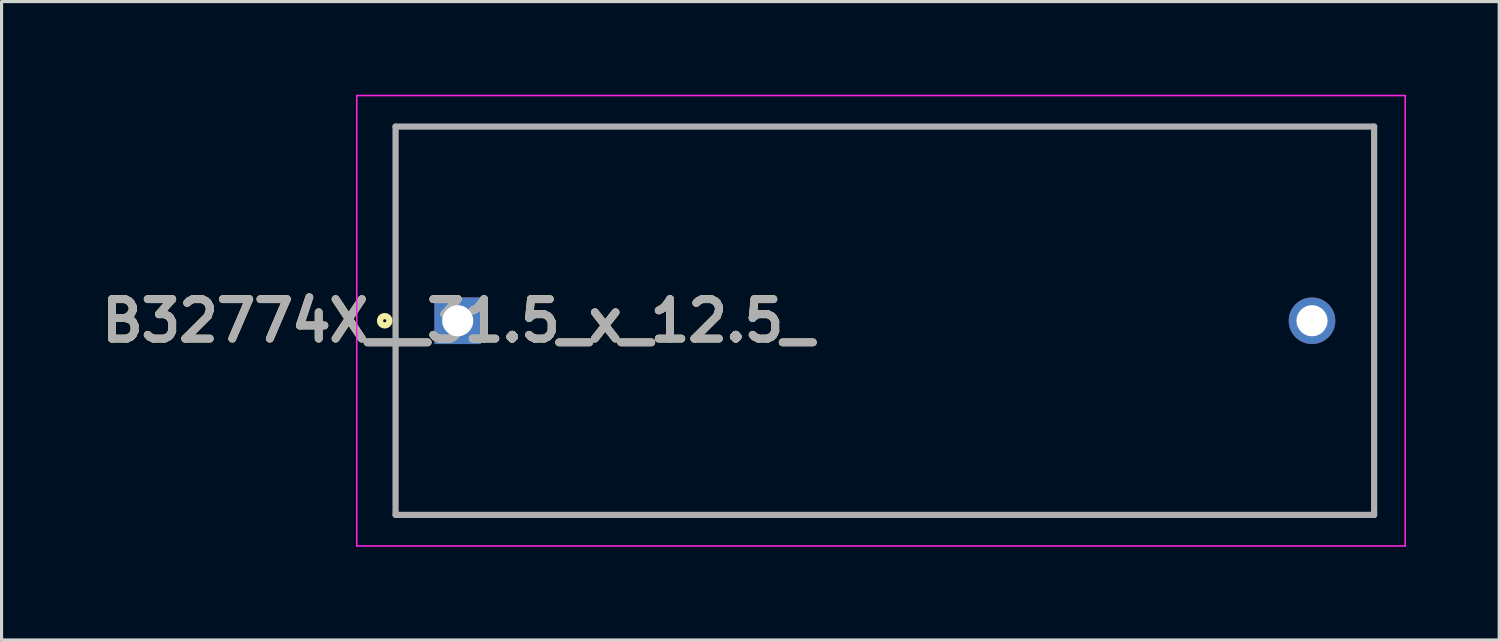
<source format=kicad_pcb>
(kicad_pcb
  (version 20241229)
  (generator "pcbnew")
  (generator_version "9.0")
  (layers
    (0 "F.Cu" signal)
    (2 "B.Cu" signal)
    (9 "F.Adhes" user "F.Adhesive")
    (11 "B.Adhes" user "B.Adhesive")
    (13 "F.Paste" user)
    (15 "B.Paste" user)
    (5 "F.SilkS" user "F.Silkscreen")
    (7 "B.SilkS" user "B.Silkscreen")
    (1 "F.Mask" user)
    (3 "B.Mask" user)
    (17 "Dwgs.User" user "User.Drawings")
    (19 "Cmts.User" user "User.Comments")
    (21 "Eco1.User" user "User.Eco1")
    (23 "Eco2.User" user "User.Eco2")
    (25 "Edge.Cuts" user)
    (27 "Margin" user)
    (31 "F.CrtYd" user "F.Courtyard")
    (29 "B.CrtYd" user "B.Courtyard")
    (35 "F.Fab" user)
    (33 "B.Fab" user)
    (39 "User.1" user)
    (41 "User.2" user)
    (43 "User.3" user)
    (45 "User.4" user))
  (footprint "B32774X__31.5_x_12.5_"
    (layer "F.Cu")
    (at 11.684 7.275)
    (property "Reference" "B32774X__31.5_x_12.5_" (at 0 0 0) (layer "F.SilkS") (effects (font (size 1.27 1.27) (thickness 0.254))))
    (attr through_hole)
    (fp_line (start -2 -6.25) (end 29.5 -6.25) (stroke (width 0.1) (type solid)) (layer "F.SilkS"))
    (fp_line (start -2 6.25) (end -2 -6.25) (stroke (width 0.1) (type solid)) (layer "F.SilkS"))
    (fp_line (start 29.5 -6.25) (end 29.5 6.25) (stroke (width 0.1) (type solid)) (layer "F.SilkS"))
    (fp_line (start 29.5 6.25) (end -2 6.25) (stroke (width 0.1) (type solid)) (layer "F.SilkS"))
    (fp_circle (center -2.35 0) (end -2.35 0.05) (stroke (width 0.2) (type solid)) (fill no) (layer "F.SilkS"))
    (fp_line (start -3.25 -7.25) (end 30.5 -7.25) (stroke (width 0.05) (type solid)) (layer "F.CrtYd"))
    (fp_line (start -3.25 7.25) (end -3.25 -7.25) (stroke (width 0.05) (type solid)) (layer "F.CrtYd"))
    (fp_line (start 30.5 -7.25) (end 30.5 7.25) (stroke (width 0.05) (type solid)) (layer "F.CrtYd"))
    (fp_line (start 30.5 7.25) (end -3.25 7.25) (stroke (width 0.05) (type solid)) (layer "F.CrtYd"))
    (fp_line (start -2 -6.25) (end 29.5 -6.25) (stroke (width 0.2) (type solid)) (layer "F.Fab"))
    (fp_line (start -2 6.25) (end -2 -6.25) (stroke (width 0.2) (type solid)) (layer "F.Fab"))
    (fp_line (start 29.5 -6.25) (end 29.5 6.25) (stroke (width 0.2) (type solid)) (layer "F.Fab"))
    (fp_line (start 29.5 6.25) (end -2 6.25) (stroke (width 0.2) (type solid)) (layer "F.Fab"))
    (fp_text user "${REFERENCE}" (at 0 0 0) (layer "F.Fab") (effects (font (size 1.27 1.27) (thickness 0.254))))
    (pad "1" thru_hole rect (at 0 0) (size 1.5 1.5) (drill 1) (layers "*.Cu" "*.Mask"))
    (pad "2" thru_hole circle (at 27.5 0) (size 1.5 1.5) (drill 1) (layers "*.Cu" "*.Mask")))
  (gr_rect
    (start -3 -3)
    (end 45.209 17.55)
    (stroke (width 0.1) (type default))
    (fill no)
    (layer "Edge.Cuts")))
</source>
